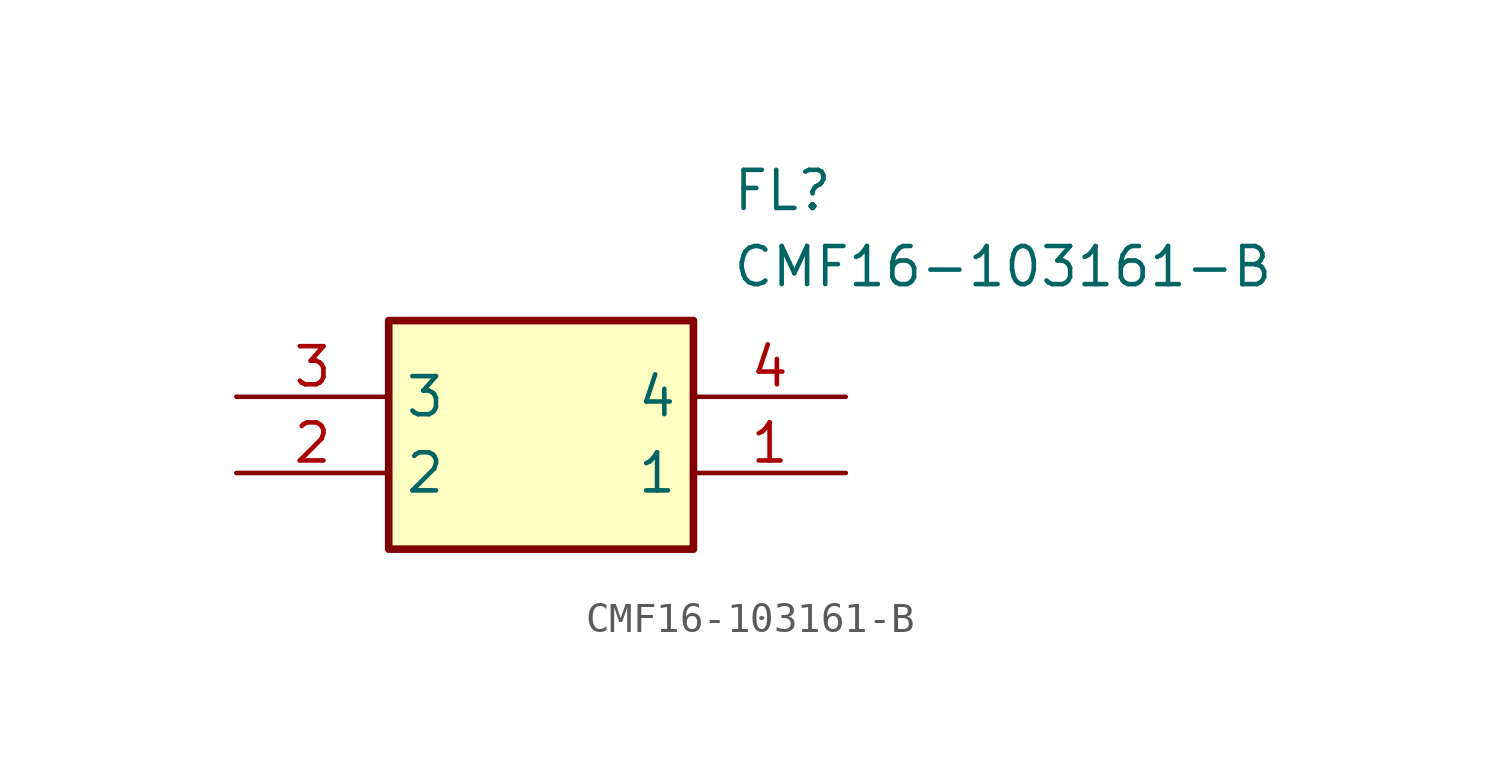
<source format=kicad_sym>
(kicad_symbol_lib
  (version 20220914)
  (generator SamacSys_ECAD_Model)
  (symbol "CMF16-103161-B"
    (property "Reference" "FL"
      (at 16.51 7.62 0)
      (effects (font (size 1.27 1.27)) (justify left top)))
    (property "Value" "CMF16-103161-B"
      (at 16.51 5.08 0)
      (effects (font (size 1.27 1.27)) (justify left top)))
    (rectangle
      (start 5.08 2.54)
      (end 15.24 -5.08)
      (stroke (width 0.254) (type default))
      (fill (type background)))
    (pin passive line
      (at 20.32 -2.54 180)
      (length 5.08)
      (name "1" (effects (font (size 1.27 1.27))))
      (number "1" (effects (font (size 1.27 1.27)))))
    (pin passive line
      (at 0 -2.54 0)
      (length 5.08)
      (name "2" (effects (font (size 1.27 1.27))))
      (number "2" (effects (font (size 1.27 1.27)))))
    (pin passive line
      (at 0 0 0)
      (length 5.08)
      (name "3" (effects (font (size 1.27 1.27))))
      (number "3" (effects (font (size 1.27 1.27)))))
    (pin passive line
      (at 20.32 0 180)
      (length 5.08)
      (name "4" (effects (font (size 1.27 1.27))))
      (number "4" (effects (font (size 1.27 1.27)))))))
</source>
